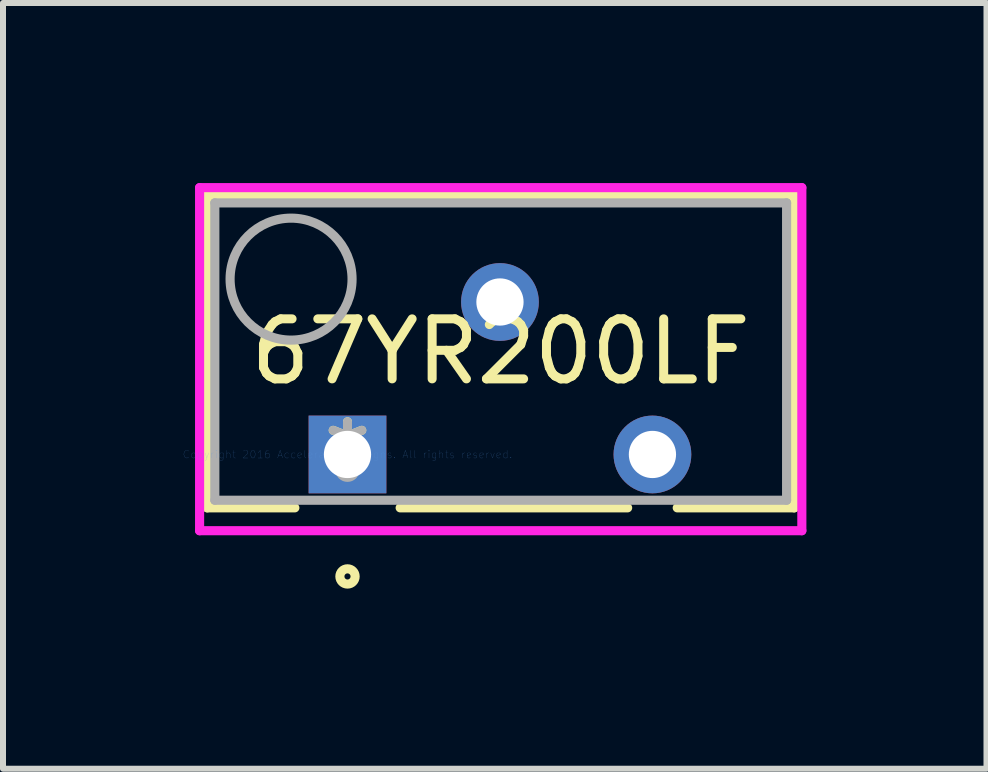
<source format=kicad_pcb>
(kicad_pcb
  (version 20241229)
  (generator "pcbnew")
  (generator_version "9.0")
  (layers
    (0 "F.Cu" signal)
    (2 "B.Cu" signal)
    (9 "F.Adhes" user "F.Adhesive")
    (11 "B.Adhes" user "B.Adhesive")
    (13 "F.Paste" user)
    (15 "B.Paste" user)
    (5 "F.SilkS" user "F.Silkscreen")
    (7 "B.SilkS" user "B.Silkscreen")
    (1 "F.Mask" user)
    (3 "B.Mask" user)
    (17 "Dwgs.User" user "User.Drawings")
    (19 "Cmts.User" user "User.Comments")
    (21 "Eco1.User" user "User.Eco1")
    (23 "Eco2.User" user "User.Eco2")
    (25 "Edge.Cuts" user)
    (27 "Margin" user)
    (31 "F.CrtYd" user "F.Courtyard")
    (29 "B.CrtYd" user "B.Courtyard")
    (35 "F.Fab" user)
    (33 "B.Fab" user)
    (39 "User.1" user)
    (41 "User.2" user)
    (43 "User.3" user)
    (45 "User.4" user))
  (footprint "67YR200LF"
    (layer "F.Cu")
    (at 2.739 4.521)
    (property "Reference" "67YR200LF" (at 2.553 -1.714 0) (layer "F.SilkS") (effects (font (size 1 1) (thickness 0.15))))
    (attr through_hole)
    (fp_line (start -2.337 -4.318) (end -2.337 0.889) (stroke (width 0.152) (type solid)) (layer "F.SilkS"))
    (fp_line (start -2.337 0.889) (end -0.877 0.889) (stroke (width 0.152) (type solid)) (layer "F.SilkS"))
    (fp_line (start 0.877 0.889) (end 4.667 0.889) (stroke (width 0.152) (type solid)) (layer "F.SilkS"))
    (fp_line (start 5.493 0.889) (end 7.442 0.889) (stroke (width 0.152) (type solid)) (layer "F.SilkS"))
    (fp_line (start 7.442 -4.318) (end -2.337 -4.318) (stroke (width 0.152) (type solid)) (layer "F.SilkS"))
    (fp_line (start 7.442 0.889) (end 7.442 -4.318) (stroke (width 0.152) (type solid)) (layer "F.SilkS"))
    (fp_circle (center 0 2.032) (end 0.127 2.032) (stroke (width 0.152) (type solid)) (fill no) (layer "F.SilkS"))
    (fp_line (start -2.464 -4.445) (end 7.569 -4.445) (stroke (width 0.152) (type solid)) (layer "F.CrtYd"))
    (fp_line (start -2.464 1.27) (end -2.464 -4.445) (stroke (width 0.152) (type solid)) (layer "F.CrtYd"))
    (fp_line (start 7.569 -4.445) (end 7.569 1.27) (stroke (width 0.152) (type solid)) (layer "F.CrtYd"))
    (fp_line (start 7.569 1.27) (end -2.464 1.27) (stroke (width 0.152) (type solid)) (layer "F.CrtYd"))
    (fp_line (start -2.21 -4.191) (end -2.21 0.762) (stroke (width 0.152) (type solid)) (layer "F.Fab"))
    (fp_line (start -2.21 0.762) (end 7.315 0.762) (stroke (width 0.152) (type solid)) (layer "F.Fab"))
    (fp_line (start 7.315 -4.191) (end -2.21 -4.191) (stroke (width 0.152) (type solid)) (layer "F.Fab"))
    (fp_line (start 7.315 0.762) (end 7.315 -4.191) (stroke (width 0.152) (type solid)) (layer "F.Fab"))
    (fp_circle (center -0.94 -2.921) (end 0.076 -2.921) (stroke (width 0.152) (type solid)) (fill no) (layer "F.Fab"))
    (fp_circle (center 0 0.254) (end 0.127 0.254) (stroke (width 0.152) (type solid)) (fill no) (layer "F.Fab"))
    (fp_text user "*" (at 0 0 0) (layer "F.SilkS") (effects (font (size 1 1) (thickness 0.15))))
    (fp_text user "Copyright 2016 Accelerated Designs. All rights reserved." (at 0 0 0) (layer "Cmts.User") (effects (font (size 0.127 0.127) (thickness 0.002))))
    (fp_text user "*" (at 0 0 0) (layer "F.Fab") (effects (font (size 1 1) (thickness 0.15))))
    (pad "1" thru_hole rect (at 0 0) (size 1.295 1.295) (drill 0.787) (layers "*.Cu" "*.Mask"))
    (pad "2" thru_hole circle (at 2.54 -2.54) (size 1.295 1.295) (drill 0.787) (layers "*.Cu" "*.Mask"))
    (pad "3" thru_hole circle (at 5.08 0) (size 1.295 1.295) (drill 0.787) (layers "*.Cu" "*.Mask")))
  (gr_rect
    (start -3 -3)
    (end 13.384 9.756)
    (stroke (width 0.1) (type default))
    (fill no)
    (layer "Edge.Cuts")))
</source>
